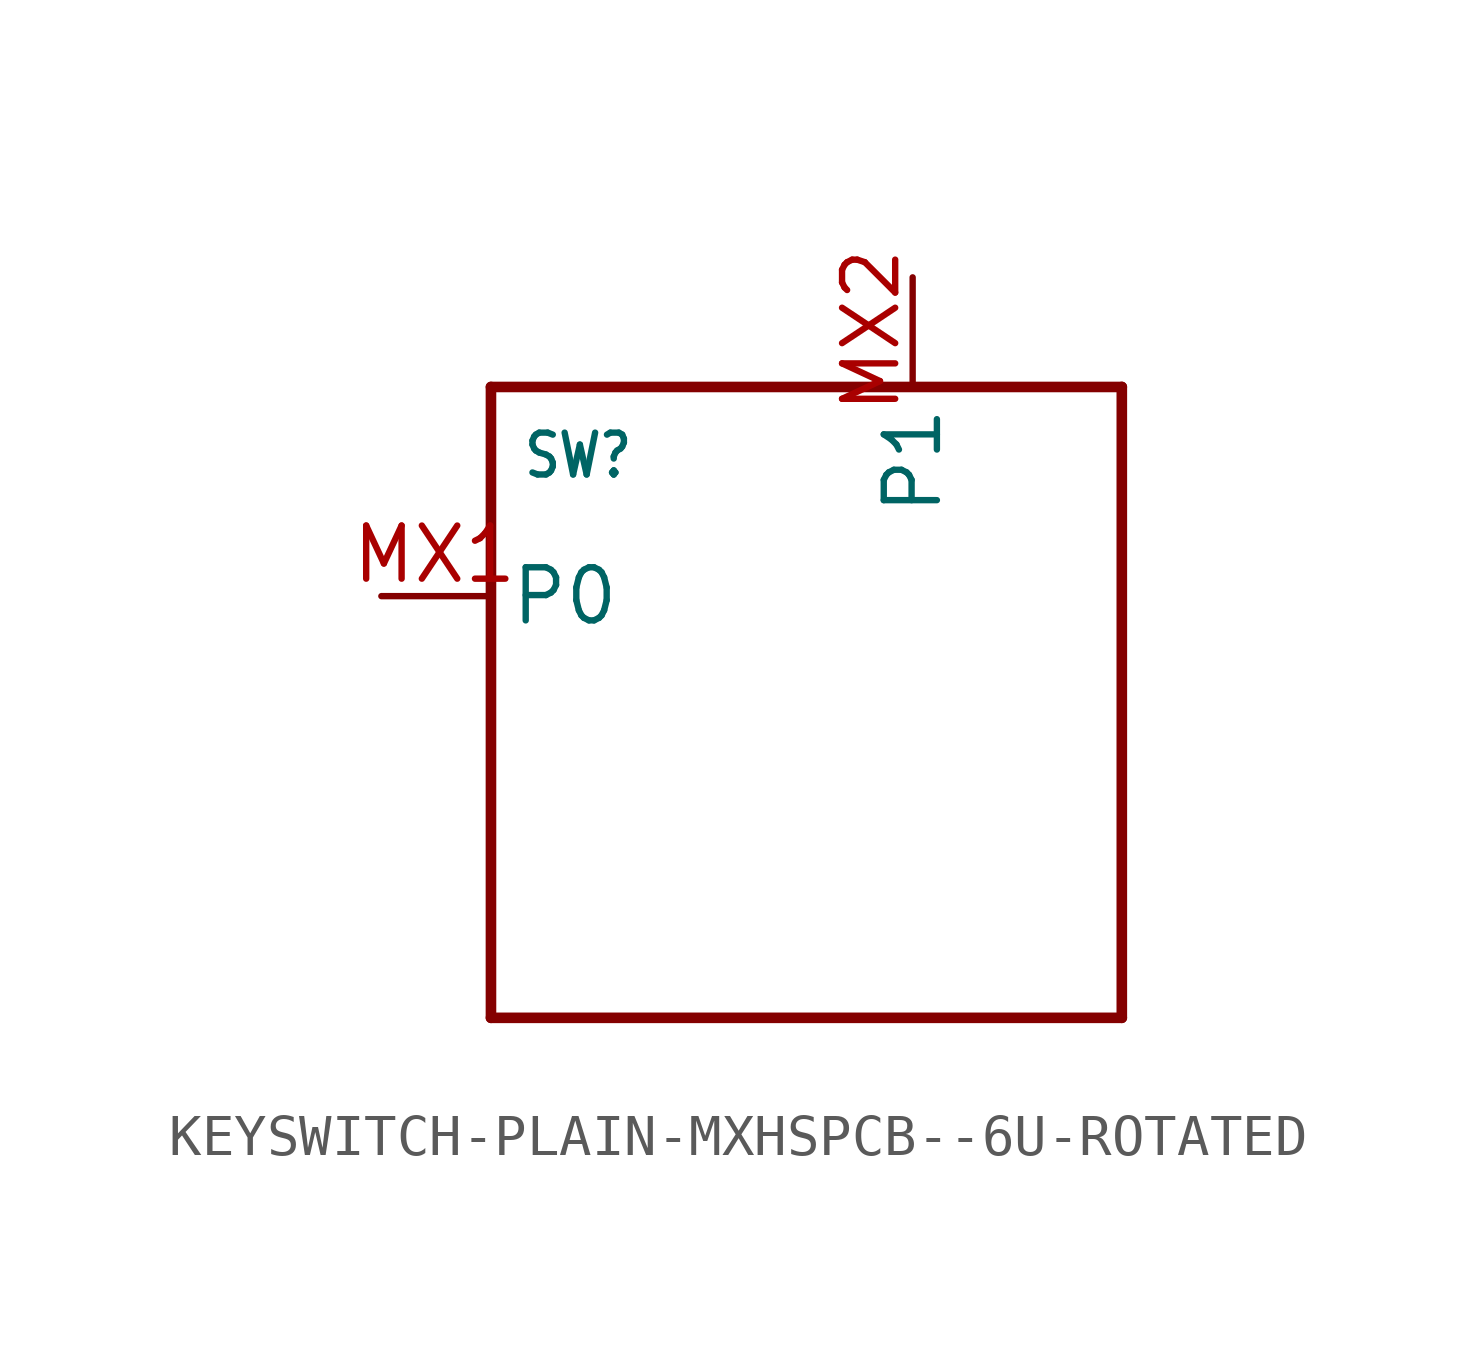
<source format=kicad_sym>
(kicad_symbol_lib
  (version 20211014)
  (generator kicad_symbol_editor)
  (symbol "KEYSWITCH-PLAIN-MXHSPCB--6U-ROTATED"
    (property "Reference" "SW"
      (at -6.81 5.318 0)
      (effects (font (size 1 0.85)) (justify left bottom)))
    (property "ki_locked" ""
      (at 0 0 0)
      (effects (font (size 1.27 1.27))))
    (symbol "KEYSWITCH-PLAIN-MXHSPCB--6U-ROTATED_1_0"
      (polyline (pts (xy -7.54 -7.54) (xy -7.54 7.54)) (stroke (width 0.254) (type default) (color 0 0 0 0)) (fill (type none)))
      (polyline (pts (xy -7.54 7.54) (xy 7.54 7.54)) (stroke (width 0.254) (type default) (color 0 0 0 0)) (fill (type none)))
      (polyline (pts (xy 7.54 -7.54) (xy -7.54 -7.54)) (stroke (width 0.254) (type default) (color 0 0 0 0)) (fill (type none)))
      (polyline (pts (xy 7.54 7.54) (xy 7.54 -7.54)) (stroke (width 0.254) (type default) (color 0 0 0 0)) (fill (type none)))
      (pin bidirectional line (at -10.16 2.54 0) (length 2.54) (name "P0" (effects (font (size 1.27 1.27)))) (number "MX1" (effects (font (size 1.27 1.27)))))
      (pin bidirectional line (at 2.54 10.16 270) (length 2.54) (name "P1" (effects (font (size 1.27 1.27)))) (number "MX2" (effects (font (size 1.27 1.27))))))))
</source>
